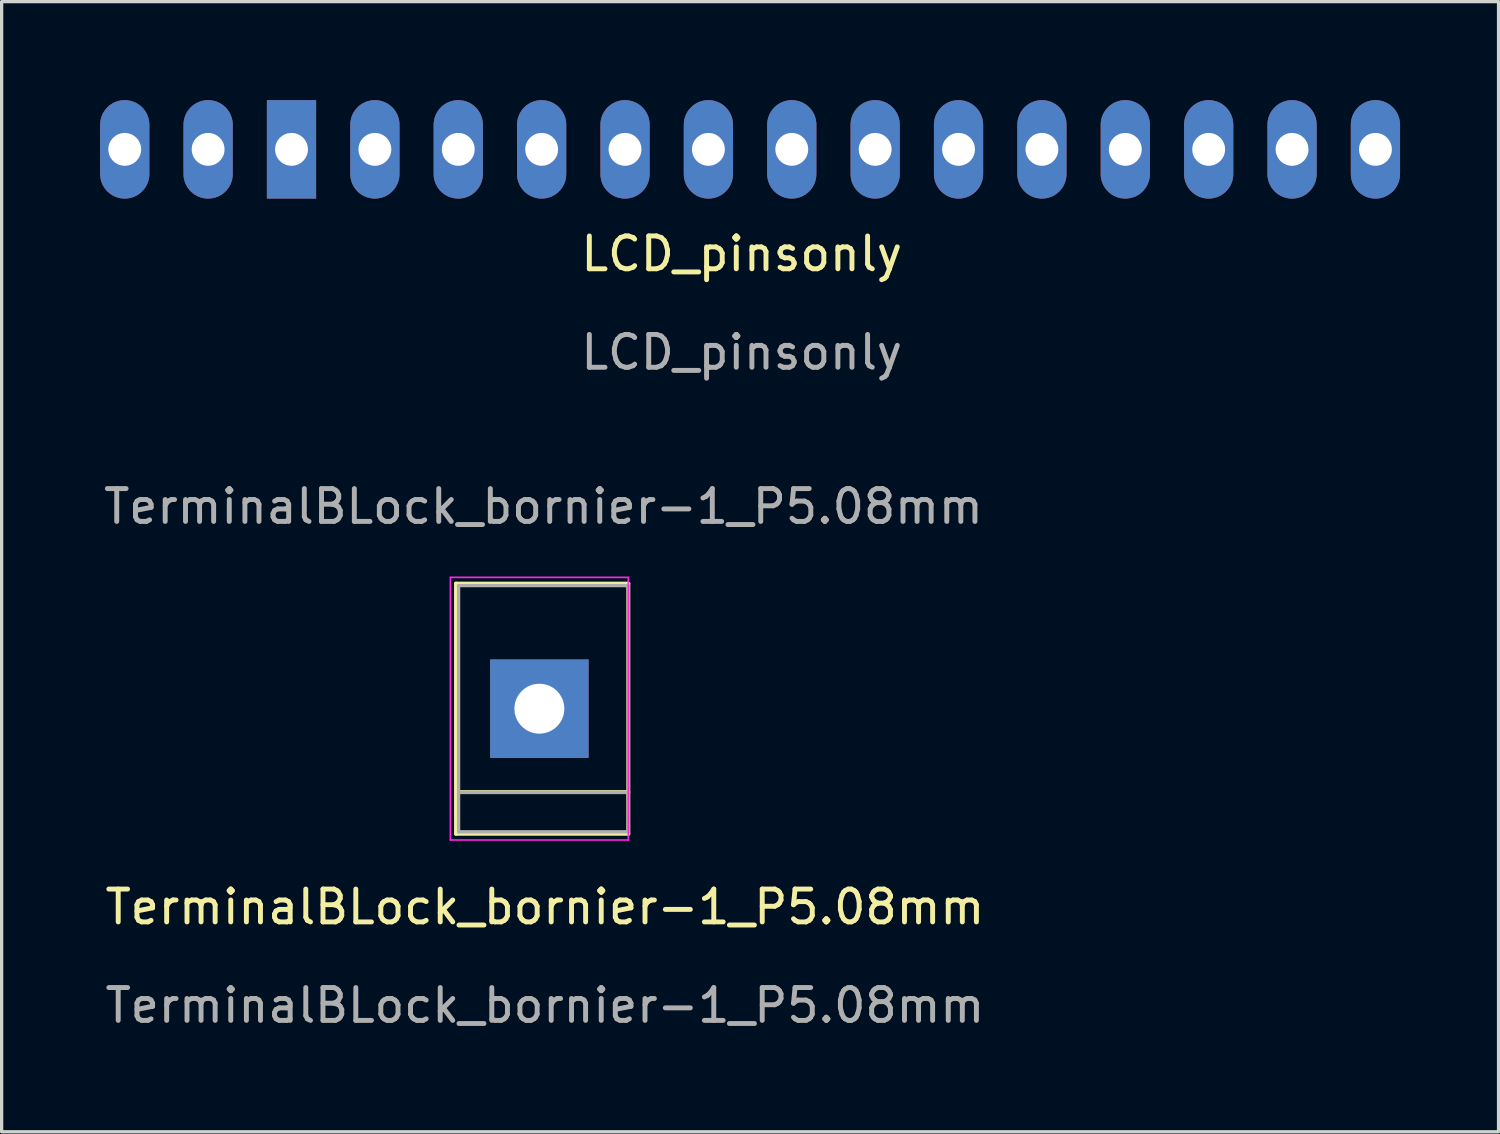
<source format=kicad_pcb>
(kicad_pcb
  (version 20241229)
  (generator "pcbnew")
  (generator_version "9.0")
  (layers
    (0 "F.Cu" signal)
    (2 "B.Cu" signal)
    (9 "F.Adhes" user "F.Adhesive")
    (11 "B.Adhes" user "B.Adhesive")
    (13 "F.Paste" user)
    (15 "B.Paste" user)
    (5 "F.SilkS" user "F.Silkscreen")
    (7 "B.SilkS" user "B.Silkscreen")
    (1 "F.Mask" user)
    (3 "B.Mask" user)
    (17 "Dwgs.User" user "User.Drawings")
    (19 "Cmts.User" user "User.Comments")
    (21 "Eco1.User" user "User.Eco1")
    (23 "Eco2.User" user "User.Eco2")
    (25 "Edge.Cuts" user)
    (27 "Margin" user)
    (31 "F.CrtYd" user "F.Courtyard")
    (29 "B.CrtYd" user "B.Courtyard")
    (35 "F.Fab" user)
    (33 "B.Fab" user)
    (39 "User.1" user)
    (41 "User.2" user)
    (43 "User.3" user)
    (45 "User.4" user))
  (footprint "LCD_pinsonly"
    (layer "F.Cu")
    (at 19.546 5.183)
    (property "Reference" "LCD_pinsonly" (at 0 -0.5 0) (unlocked yes) (layer "F.SilkS") (effects (font (size 1 1) (thickness 0.15))))
    (attr through_hole)
    (fp_text user "${REFERENCE}" (at 0 2.5 0) (unlocked yes) (layer "F.Fab") (effects (font (size 1 1) (thickness 0.15))))
    (pad "1" thru_hole rect (at -13.716 -3.683 180) (size 1.5 3) (drill 1) (layers "*.Cu" "*.Mask"))
    (pad "2" thru_hole oval (at -11.176 -3.683 180) (size 1.5 3) (drill 1) (layers "*.Cu" "*.Mask"))
    (pad "3" thru_hole oval (at -8.636 -3.683 180) (size 1.5 3) (drill 1) (layers "*.Cu" "*.Mask"))
    (pad "4" thru_hole oval (at -6.096 -3.683 180) (size 1.5 3) (drill 1) (layers "*.Cu" "*.Mask"))
    (pad "5" thru_hole oval (at -3.556 -3.683 180) (size 1.5 3) (drill 1) (layers "*.Cu" "*.Mask"))
    (pad "6" thru_hole oval (at -1.016 -3.683 180) (size 1.5 3) (drill 1) (layers "*.Cu" "*.Mask"))
    (pad "7" thru_hole oval (at 1.524 -3.683 180) (size 1.5 3) (drill 1) (layers "*.Cu" "*.Mask"))
    (pad "8" thru_hole oval (at 4.064 -3.683 180) (size 1.5 3) (drill 1) (layers "*.Cu" "*.Mask"))
    (pad "9" thru_hole oval (at 6.604 -3.683 180) (size 1.5 3) (drill 1) (layers "*.Cu" "*.Mask"))
    (pad "10" thru_hole oval (at 9.144 -3.683 180) (size 1.5 3) (drill 1) (layers "*.Cu" "*.Mask"))
    (pad "11" thru_hole oval (at 11.684 -3.683 180) (size 1.5 3) (drill 1) (layers "*.Cu" "*.Mask"))
    (pad "12" thru_hole oval (at 14.224 -3.683 180) (size 1.5 3) (drill 1) (layers "*.Cu" "*.Mask"))
    (pad "13" thru_hole oval (at 16.764 -3.683 180) (size 1.5 3) (drill 1) (layers "*.Cu" "*.Mask"))
    (pad "14" thru_hole oval (at 19.304 -3.683 180) (size 1.5 3) (drill 1) (layers "*.Cu" "*.Mask"))
    (pad "15" thru_hole oval (at -16.256 -3.683 180) (size 1.5 3) (drill 1) (layers "*.Cu" "*.Mask"))
    (pad "16" thru_hole oval (at -18.796 -3.683 180) (size 1.5 3) (drill 1) (layers "*.Cu" "*.Mask")))
  (footprint "TerminalBLock_bornier-1_P5.08mm"
    (layer "F.Cu")
    (at 16.091 25.079)
    (property "Reference" "TerminalBLock_bornier-1_P5.08mm" (at -2.54 -0.5 0) (unlocked yes) (layer "F.SilkS") (effects (font (size 1 1) (thickness 0.15))))
    (attr through_hole)
    (fp_line (start -5.25 -10.35) (end -5.25 -2.73) (stroke (width 0.12) (type solid)) (layer "F.SilkS"))
    (fp_line (start -5.25 -2.73) (end 0 -2.73) (stroke (width 0.12) (type solid)) (layer "F.SilkS"))
    (fp_line (start 0 -10.35) (end -5.25 -10.35) (stroke (width 0.12) (type solid)) (layer "F.SilkS"))
    (fp_line (start 0 -4) (end -5.25 -4) (stroke (width 0.12) (type solid)) (layer "F.SilkS"))
    (fp_line (start 0 -2.73) (end 0 -10.35) (stroke (width 0.12) (type solid)) (layer "F.SilkS"))
    (fp_line (start -5.42 -10.54) (end -5.42 -2.54) (stroke (width 0.05) (type solid)) (layer "F.CrtYd"))
    (fp_line (start -5.42 -10.54) (end 0 -10.54) (stroke (width 0.05) (type solid)) (layer "F.CrtYd"))
    (fp_line (start 0 -2.54) (end -5.42 -2.54) (stroke (width 0.05) (type solid)) (layer "F.CrtYd"))
    (fp_line (start 0 -2.54) (end 0 -10.54) (stroke (width 0.05) (type solid)) (layer "F.CrtYd"))
    (fp_line (start -5.17 -10.29) (end -5.17 -2.79) (stroke (width 0.1) (type solid)) (layer "F.Fab"))
    (fp_line (start -5.17 -2.79) (end 0 -2.79) (stroke (width 0.1) (type solid)) (layer "F.Fab"))
    (fp_line (start -5.12 -3.99) (end 0 -3.99) (stroke (width 0.1) (type solid)) (layer "F.Fab"))
    (fp_line (start 0 -10.29) (end -5.17 -10.29) (stroke (width 0.1) (type solid)) (layer "F.Fab"))
    (fp_line (start 0 -2.79) (end 0 -10.29) (stroke (width 0.1) (type solid)) (layer "F.Fab"))
    (fp_text user "${REFERENCE}" (at -2.585 -12.7 0) (layer "F.Fab") (effects (font (size 1 1) (thickness 0.15))))
    (fp_text user "${REFERENCE}" (at -2.54 2.5 0) (unlocked yes) (layer "F.Fab") (effects (font (size 1 1) (thickness 0.15))))
    (pad "1" thru_hole rect (at -2.71 -6.54) (size 3 3) (drill 1.52) (layers "*.Cu" "*.Mask")))
  (gr_rect
    (start -3 -3)
    (end 42.6 31.428)
    (stroke (width 0.1) (type default))
    (fill no)
    (layer "Edge.Cuts")))
</source>
